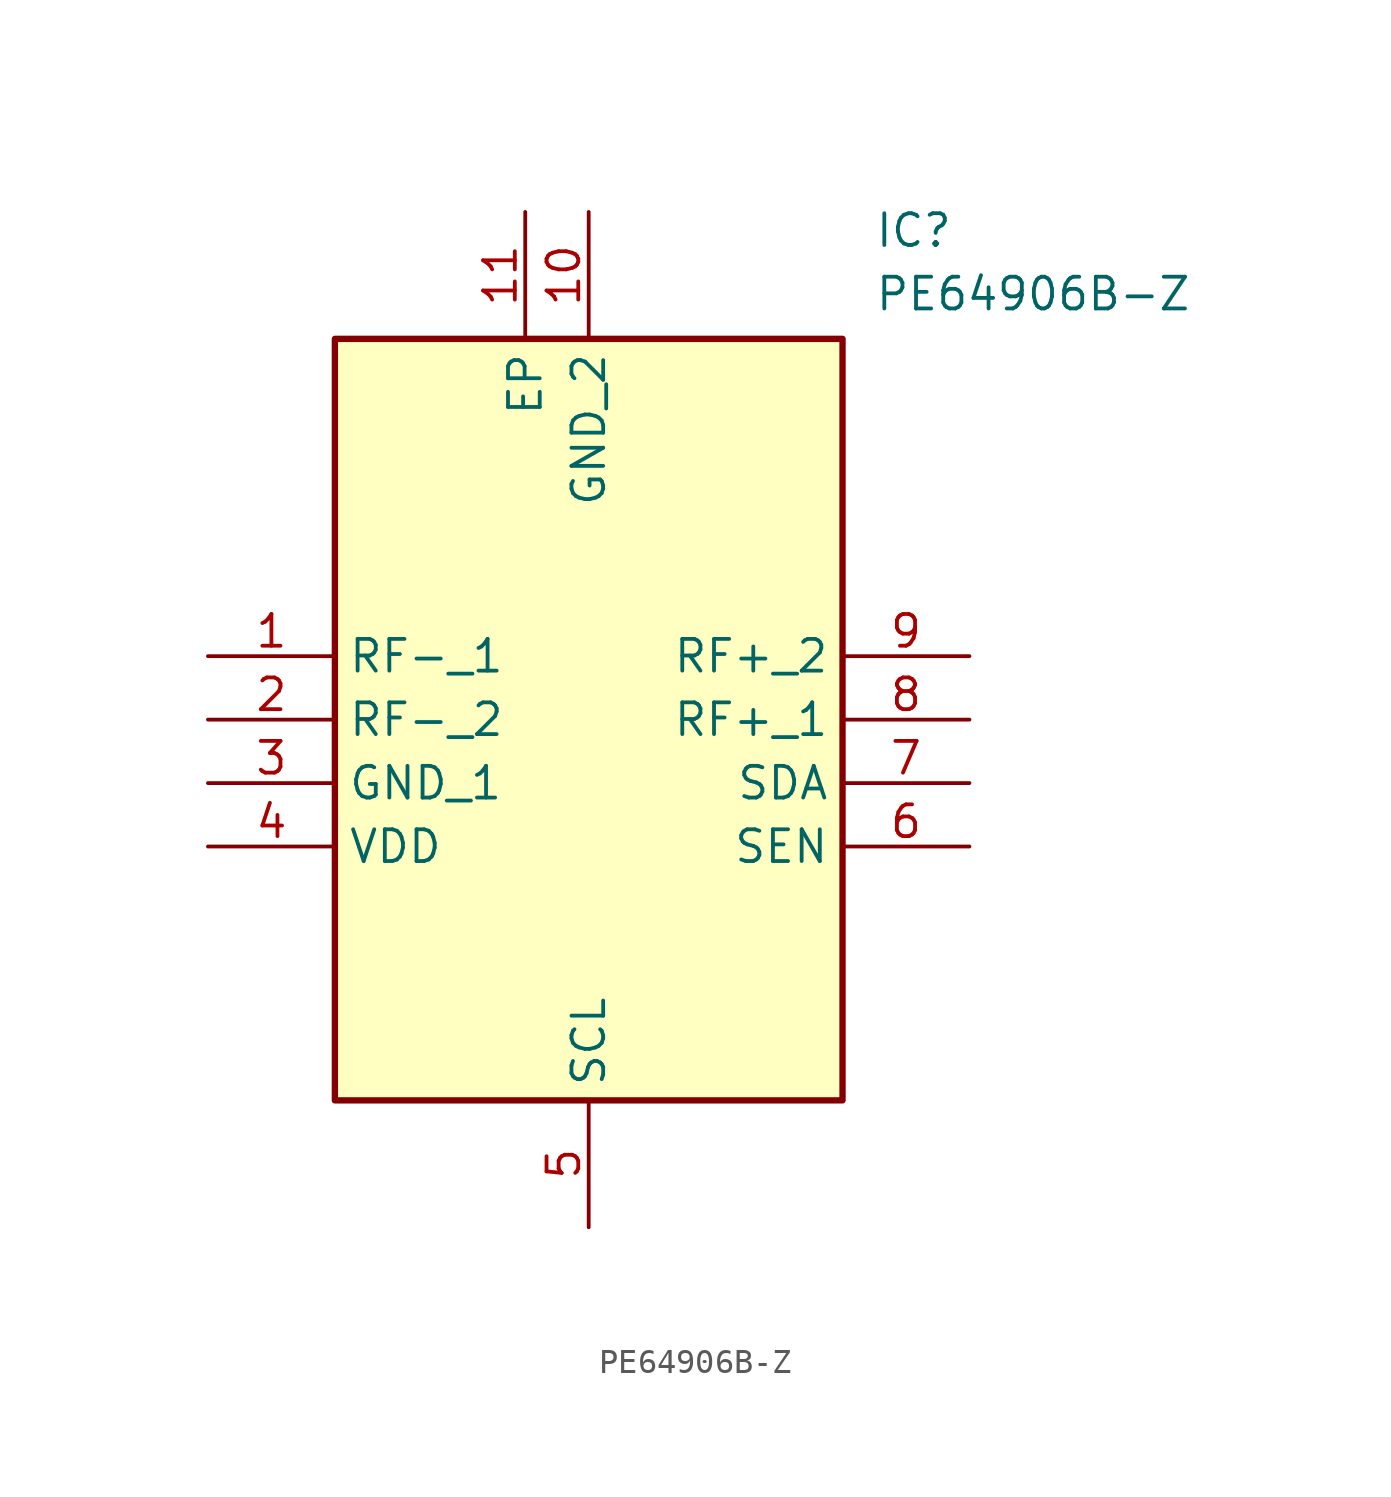
<source format=kicad_sym>
(kicad_symbol_lib
  (version 20211014)
  (generator SamacSys_ECAD_Model)
  (symbol "PE64906B-Z"
    (property "Reference" "IC"
      (at 26.67 17.78 0)
      (effects (font (size 1.27 1.27)) (justify left top)))
    (property "Value" "PE64906B-Z"
      (at 26.67 15.24 0)
      (effects (font (size 1.27 1.27)) (justify left top)))
    (rectangle
      (start 5.08 12.7)
      (end 25.4 -17.78)
      (stroke (width 0.254) (type default))
      (fill (type background)))
    (pin passive line
      (at 0 0 0)
      (length 5.08)
      (name "RF-_1" (effects (font (size 1.27 1.27))))
      (number "1" (effects (font (size 1.27 1.27)))))
    (pin passive line
      (at 0 -2.54 0)
      (length 5.08)
      (name "RF-_2" (effects (font (size 1.27 1.27))))
      (number "2" (effects (font (size 1.27 1.27)))))
    (pin passive line
      (at 0 -5.08 0)
      (length 5.08)
      (name "GND_1" (effects (font (size 1.27 1.27))))
      (number "3" (effects (font (size 1.27 1.27)))))
    (pin passive line
      (at 0 -7.62 0)
      (length 5.08)
      (name "VDD" (effects (font (size 1.27 1.27))))
      (number "4" (effects (font (size 1.27 1.27)))))
    (pin passive line
      (at 15.24 -22.86 90)
      (length 5.08)
      (name "SCL" (effects (font (size 1.27 1.27))))
      (number "5" (effects (font (size 1.27 1.27)))))
    (pin passive line
      (at 30.48 0 180)
      (length 5.08)
      (name "RF+_2" (effects (font (size 1.27 1.27))))
      (number "9" (effects (font (size 1.27 1.27)))))
    (pin passive line
      (at 30.48 -2.54 180)
      (length 5.08)
      (name "RF+_1" (effects (font (size 1.27 1.27))))
      (number "8" (effects (font (size 1.27 1.27)))))
    (pin passive line
      (at 30.48 -5.08 180)
      (length 5.08)
      (name "SDA" (effects (font (size 1.27 1.27))))
      (number "7" (effects (font (size 1.27 1.27)))))
    (pin passive line
      (at 30.48 -7.62 180)
      (length 5.08)
      (name "SEN" (effects (font (size 1.27 1.27))))
      (number "6" (effects (font (size 1.27 1.27)))))
    (pin passive line
      (at 12.7 17.78 270)
      (length 5.08)
      (name "EP" (effects (font (size 1.27 1.27))))
      (number "11" (effects (font (size 1.27 1.27)))))
    (pin passive line
      (at 15.24 17.78 270)
      (length 5.08)
      (name "GND_2" (effects (font (size 1.27 1.27))))
      (number "10" (effects (font (size 1.27 1.27)))))))
</source>
